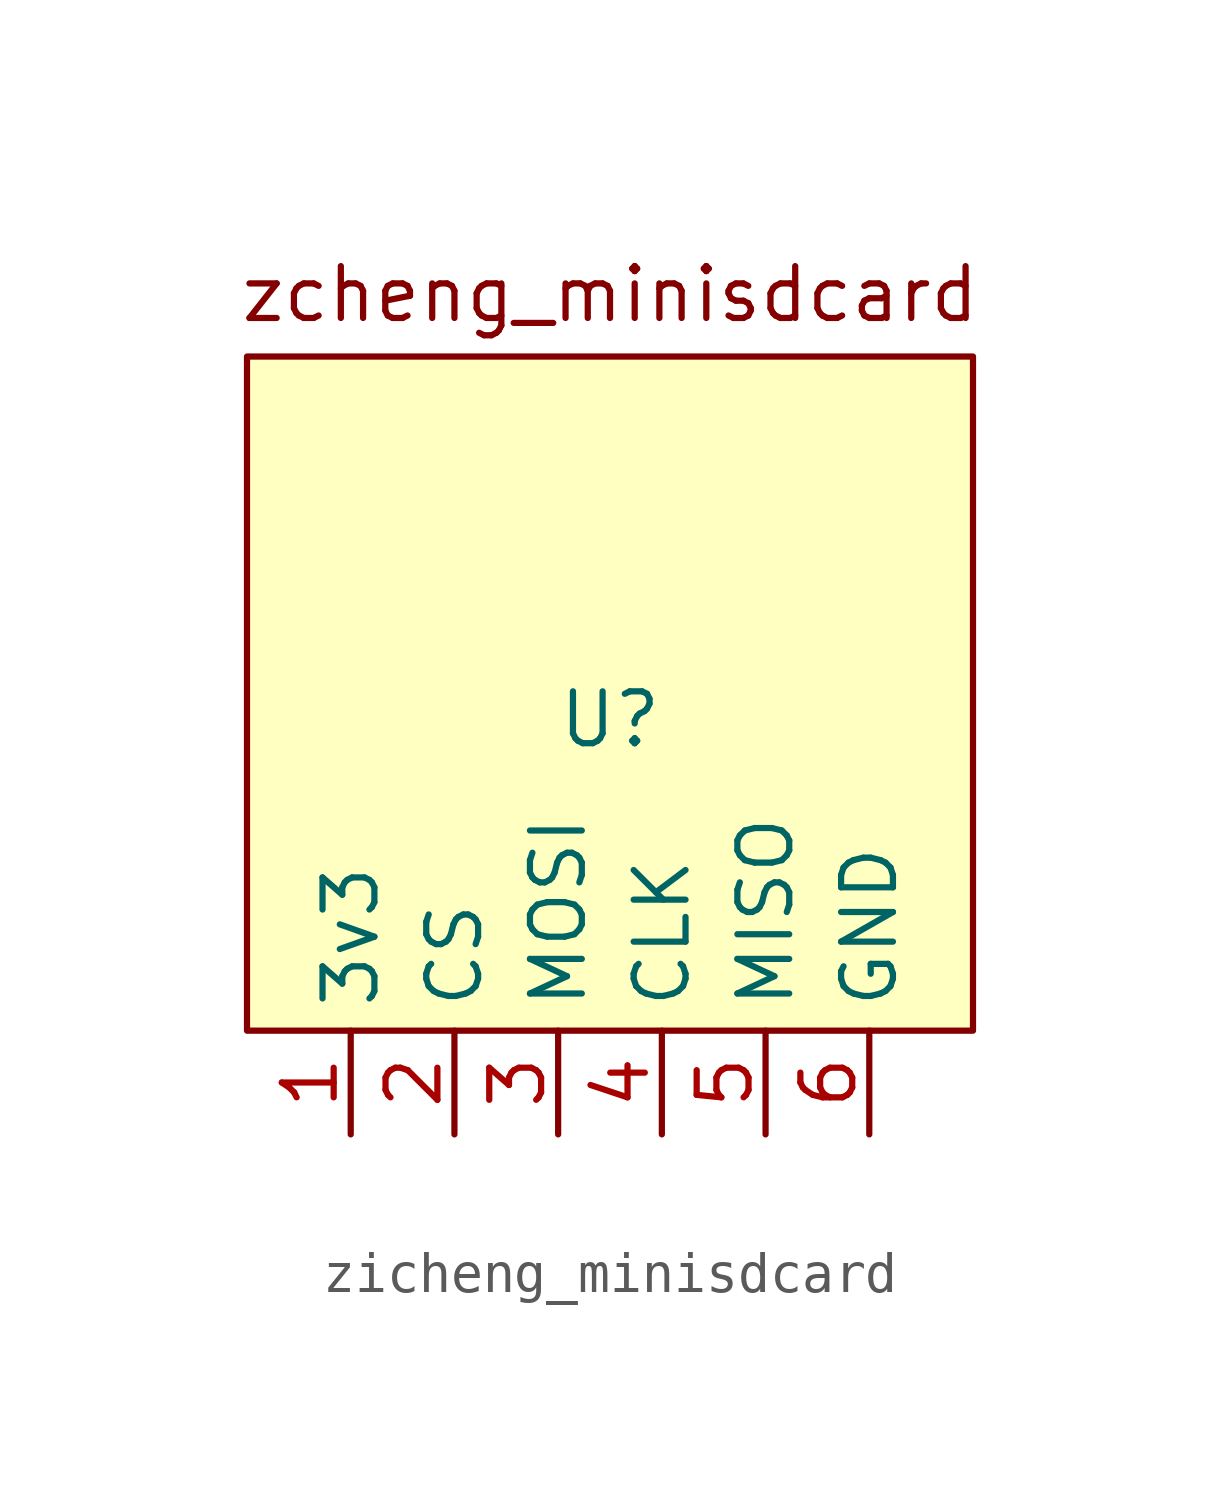
<source format=kicad_sym>
(kicad_symbol_lib
  (version 20231120)
  (generator "kicad_symbol_editor")
  (generator_version "8.0")
  (symbol "zicheng_minisdcard"
    (property "Reference" "U"
      (at 0 0 0)
      (effects (font (size 1.27 1.27))))
    (property "Value" ""
      (at -1.27 0 0)
      (effects (font (size 1.27 1.27))))
    (symbol "zicheng_minisdcard_1_1"
      (rectangle (start -8.89 8.89) (end 8.89 -7.62) (stroke (width 0) (type default)) (fill (type background)))
      (text "zcheng_minisdcard" (at 0 10.414 0) (effects (font (size 1.27 1.27))))
      (pin input line (at -6.35 -10.16 90) (length 2.54) (name "3v3" (effects (font (size 1.27 1.27)))) (number "1" (effects (font (size 1.27 1.27)))))
      (pin input line (at -3.81 -10.16 90) (length 2.54) (name "CS" (effects (font (size 1.27 1.27)))) (number "2" (effects (font (size 1.27 1.27)))))
      (pin input line (at -1.27 -10.16 90) (length 2.54) (name "MOSI" (effects (font (size 1.27 1.27)))) (number "3" (effects (font (size 1.27 1.27)))))
      (pin input line (at 1.27 -10.16 90) (length 2.54) (name "CLK" (effects (font (size 1.27 1.27)))) (number "4" (effects (font (size 1.27 1.27)))))
      (pin input line (at 3.81 -10.16 90) (length 2.54) (name "MISO" (effects (font (size 1.27 1.27)))) (number "5" (effects (font (size 1.27 1.27)))))
      (pin input line (at 6.35 -10.16 90) (length 2.54) (name "GND" (effects (font (size 1.27 1.27)))) (number "6" (effects (font (size 1.27 1.27))))))))
</source>
